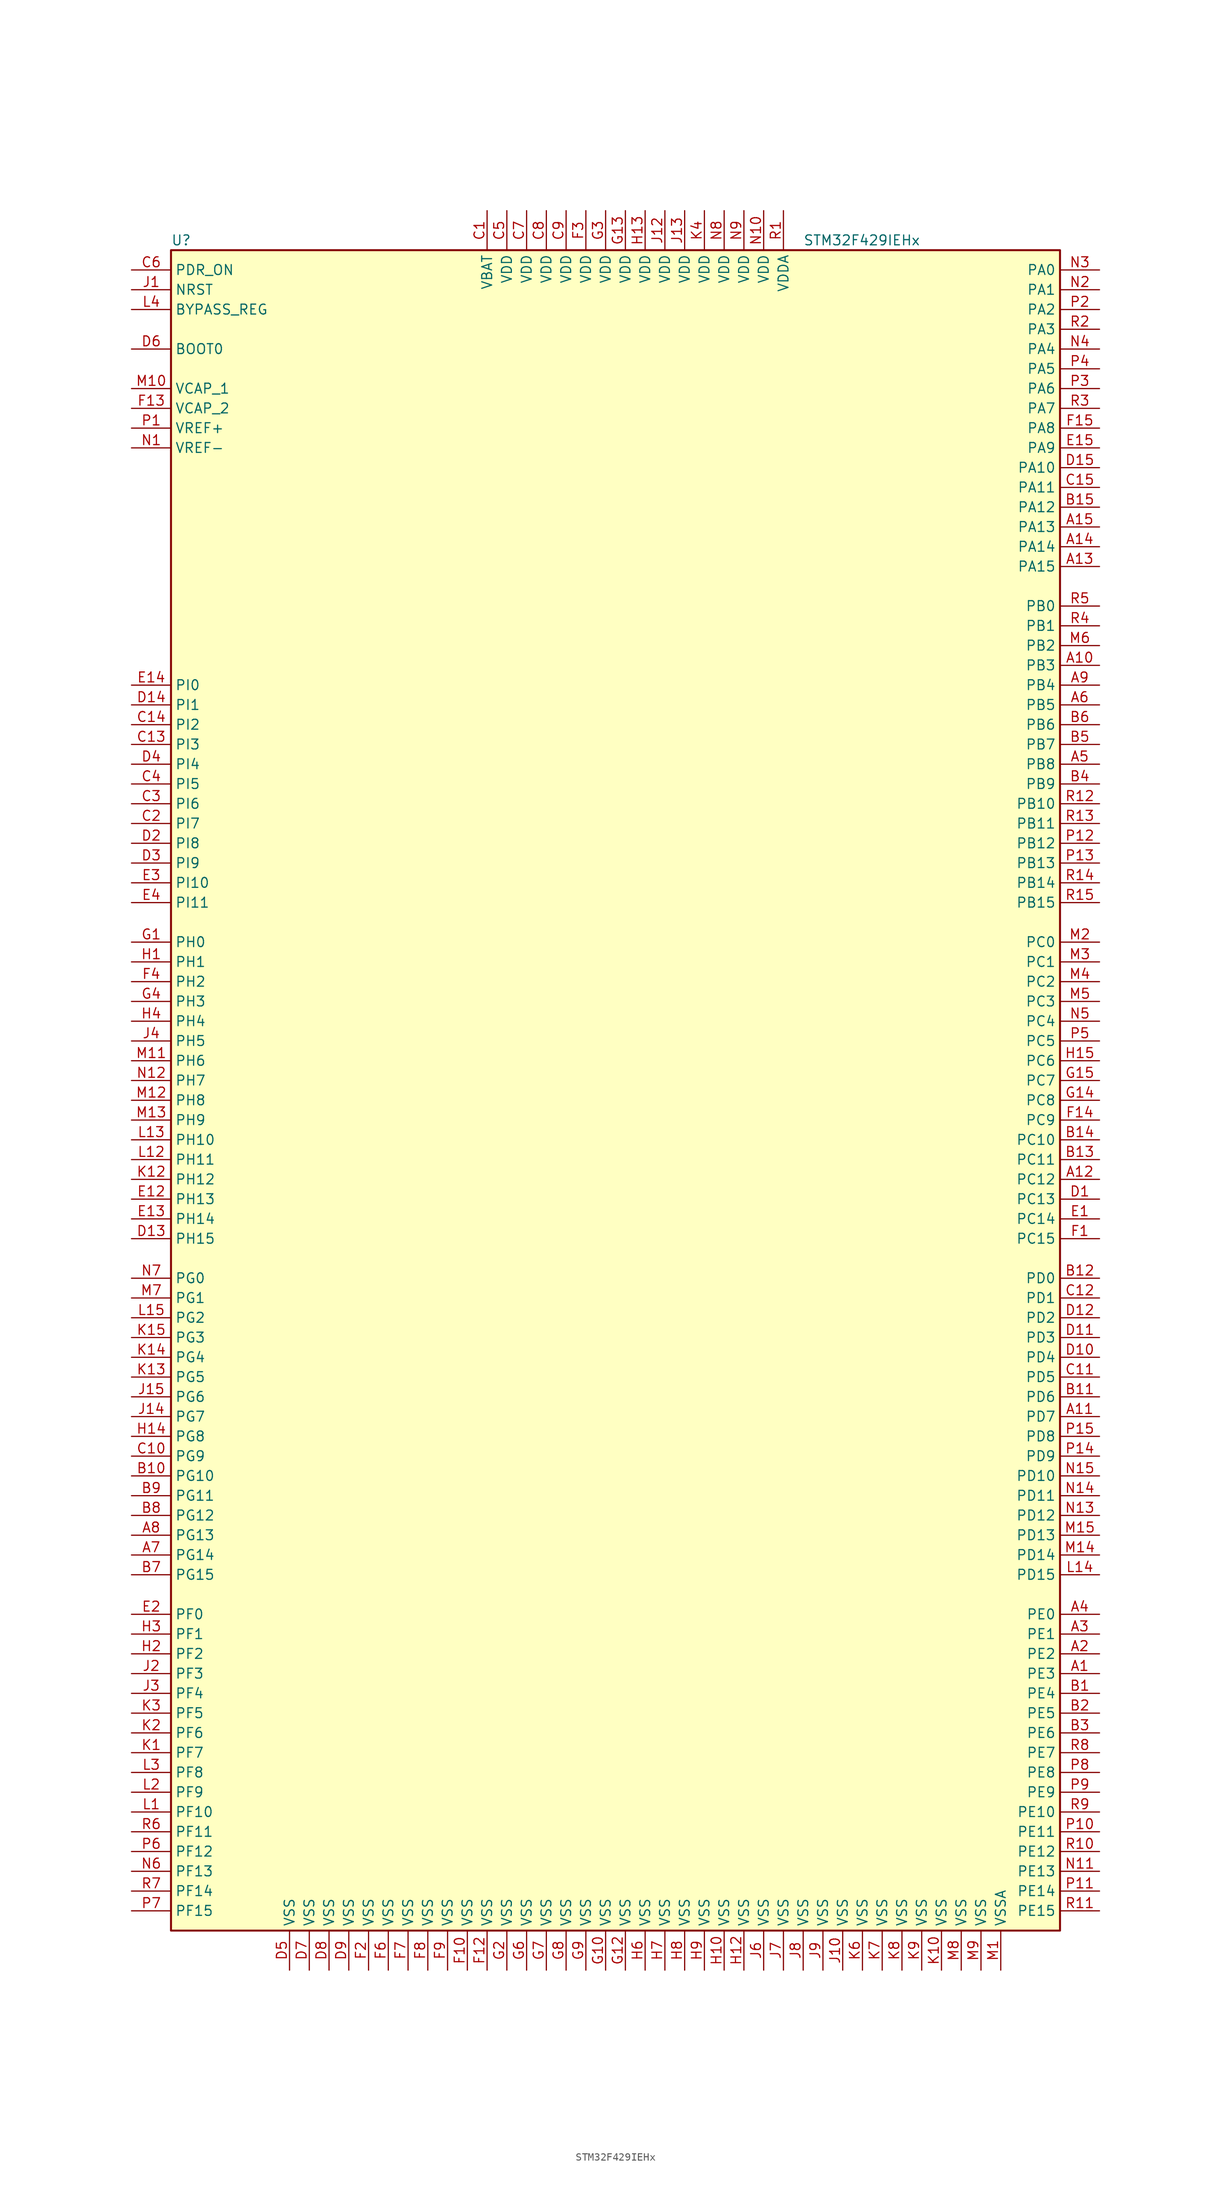
<source format=kicad_sym>
(kicad_symbol_lib
  (version 20220914)
  (generator kicad_symbol_editor)
  (symbol "STM32F429IEHx"
    (property "Reference" "U"
      (at -58.42 107.95 0)
      (effects (font (size 1.27 1.27)) (justify left)))
    (property "Value" "STM32F429IEHx"
      (at 22.86 107.95 0)
      (effects (font (size 1.27 1.27)) (justify left)))
    (symbol "STM32F429IEHx_0_1"
      (rectangle (start -58.42 -109.22) (end 55.88 106.68) (stroke (width 0.254) (type default)) (fill (type background))))
    (symbol "STM32F429IEHx_1_1"
      (pin bidirectional line (at 60.96 -76.2 180) (length 5.08) (name "PE3" (effects (font (size 1.27 1.27)))) (number "A1" (effects (font (size 1.27 1.27)))))
      (pin bidirectional line (at 60.96 53.34 180) (length 5.08) (name "PB3" (effects (font (size 1.27 1.27)))) (number "A10" (effects (font (size 1.27 1.27)))))
      (pin bidirectional line (at 60.96 -43.18 180) (length 5.08) (name "PD7" (effects (font (size 1.27 1.27)))) (number "A11" (effects (font (size 1.27 1.27)))))
      (pin bidirectional line (at 60.96 -12.7 180) (length 5.08) (name "PC12" (effects (font (size 1.27 1.27)))) (number "A12" (effects (font (size 1.27 1.27)))))
      (pin bidirectional line (at 60.96 66.04 180) (length 5.08) (name "PA15" (effects (font (size 1.27 1.27)))) (number "A13" (effects (font (size 1.27 1.27)))))
      (pin bidirectional line (at 60.96 68.58 180) (length 5.08) (name "PA14" (effects (font (size 1.27 1.27)))) (number "A14" (effects (font (size 1.27 1.27)))))
      (pin bidirectional line (at 60.96 71.12 180) (length 5.08) (name "PA13" (effects (font (size 1.27 1.27)))) (number "A15" (effects (font (size 1.27 1.27)))))
      (pin bidirectional line (at 60.96 -73.66 180) (length 5.08) (name "PE2" (effects (font (size 1.27 1.27)))) (number "A2" (effects (font (size 1.27 1.27)))))
      (pin bidirectional line (at 60.96 -71.12 180) (length 5.08) (name "PE1" (effects (font (size 1.27 1.27)))) (number "A3" (effects (font (size 1.27 1.27)))))
      (pin bidirectional line (at 60.96 -68.58 180) (length 5.08) (name "PE0" (effects (font (size 1.27 1.27)))) (number "A4" (effects (font (size 1.27 1.27)))))
      (pin bidirectional line (at 60.96 40.64 180) (length 5.08) (name "PB8" (effects (font (size 1.27 1.27)))) (number "A5" (effects (font (size 1.27 1.27)))))
      (pin bidirectional line (at 60.96 48.26 180) (length 5.08) (name "PB5" (effects (font (size 1.27 1.27)))) (number "A6" (effects (font (size 1.27 1.27)))))
      (pin bidirectional line (at -63.5 -60.96 0) (length 5.08) (name "PG14" (effects (font (size 1.27 1.27)))) (number "A7" (effects (font (size 1.27 1.27)))))
      (pin bidirectional line (at -63.5 -58.42 0) (length 5.08) (name "PG13" (effects (font (size 1.27 1.27)))) (number "A8" (effects (font (size 1.27 1.27)))))
      (pin bidirectional line (at 60.96 50.8 180) (length 5.08) (name "PB4" (effects (font (size 1.27 1.27)))) (number "A9" (effects (font (size 1.27 1.27)))))
      (pin bidirectional line (at 60.96 -78.74 180) (length 5.08) (name "PE4" (effects (font (size 1.27 1.27)))) (number "B1" (effects (font (size 1.27 1.27)))))
      (pin bidirectional line (at -63.5 -50.8 0) (length 5.08) (name "PG10" (effects (font (size 1.27 1.27)))) (number "B10" (effects (font (size 1.27 1.27)))))
      (pin bidirectional line (at 60.96 -40.64 180) (length 5.08) (name "PD6" (effects (font (size 1.27 1.27)))) (number "B11" (effects (font (size 1.27 1.27)))))
      (pin bidirectional line (at 60.96 -25.4 180) (length 5.08) (name "PD0" (effects (font (size 1.27 1.27)))) (number "B12" (effects (font (size 1.27 1.27)))))
      (pin bidirectional line (at 60.96 -10.16 180) (length 5.08) (name "PC11" (effects (font (size 1.27 1.27)))) (number "B13" (effects (font (size 1.27 1.27)))))
      (pin bidirectional line (at 60.96 -7.62 180) (length 5.08) (name "PC10" (effects (font (size 1.27 1.27)))) (number "B14" (effects (font (size 1.27 1.27)))))
      (pin bidirectional line (at 60.96 73.66 180) (length 5.08) (name "PA12" (effects (font (size 1.27 1.27)))) (number "B15" (effects (font (size 1.27 1.27)))))
      (pin bidirectional line (at 60.96 -81.28 180) (length 5.08) (name "PE5" (effects (font (size 1.27 1.27)))) (number "B2" (effects (font (size 1.27 1.27)))))
      (pin bidirectional line (at 60.96 -83.82 180) (length 5.08) (name "PE6" (effects (font (size 1.27 1.27)))) (number "B3" (effects (font (size 1.27 1.27)))))
      (pin bidirectional line (at 60.96 38.1 180) (length 5.08) (name "PB9" (effects (font (size 1.27 1.27)))) (number "B4" (effects (font (size 1.27 1.27)))))
      (pin bidirectional line (at 60.96 43.18 180) (length 5.08) (name "PB7" (effects (font (size 1.27 1.27)))) (number "B5" (effects (font (size 1.27 1.27)))))
      (pin bidirectional line (at 60.96 45.72 180) (length 5.08) (name "PB6" (effects (font (size 1.27 1.27)))) (number "B6" (effects (font (size 1.27 1.27)))))
      (pin bidirectional line (at -63.5 -63.5 0) (length 5.08) (name "PG15" (effects (font (size 1.27 1.27)))) (number "B7" (effects (font (size 1.27 1.27)))))
      (pin bidirectional line (at -63.5 -55.88 0) (length 5.08) (name "PG12" (effects (font (size 1.27 1.27)))) (number "B8" (effects (font (size 1.27 1.27)))))
      (pin bidirectional line (at -63.5 -53.34 0) (length 5.08) (name "PG11" (effects (font (size 1.27 1.27)))) (number "B9" (effects (font (size 1.27 1.27)))))
      (pin power_in line (at -17.78 111.76 270) (length 5.08) (name "VBAT" (effects (font (size 1.27 1.27)))) (number "C1" (effects (font (size 1.27 1.27)))))
      (pin bidirectional line (at -63.5 -48.26 0) (length 5.08) (name "PG9" (effects (font (size 1.27 1.27)))) (number "C10" (effects (font (size 1.27 1.27)))))
      (pin bidirectional line (at 60.96 -38.1 180) (length 5.08) (name "PD5" (effects (font (size 1.27 1.27)))) (number "C11" (effects (font (size 1.27 1.27)))))
      (pin bidirectional line (at 60.96 -27.94 180) (length 5.08) (name "PD1" (effects (font (size 1.27 1.27)))) (number "C12" (effects (font (size 1.27 1.27)))))
      (pin bidirectional line (at -63.5 43.18 0) (length 5.08) (name "PI3" (effects (font (size 1.27 1.27)))) (number "C13" (effects (font (size 1.27 1.27)))))
      (pin bidirectional line (at -63.5 45.72 0) (length 5.08) (name "PI2" (effects (font (size 1.27 1.27)))) (number "C14" (effects (font (size 1.27 1.27)))))
      (pin bidirectional line (at 60.96 76.2 180) (length 5.08) (name "PA11" (effects (font (size 1.27 1.27)))) (number "C15" (effects (font (size 1.27 1.27)))))
      (pin bidirectional line (at -63.5 33.02 0) (length 5.08) (name "PI7" (effects (font (size 1.27 1.27)))) (number "C2" (effects (font (size 1.27 1.27)))))
      (pin bidirectional line (at -63.5 35.56 0) (length 5.08) (name "PI6" (effects (font (size 1.27 1.27)))) (number "C3" (effects (font (size 1.27 1.27)))))
      (pin bidirectional line (at -63.5 38.1 0) (length 5.08) (name "PI5" (effects (font (size 1.27 1.27)))) (number "C4" (effects (font (size 1.27 1.27)))))
      (pin power_in line (at -15.24 111.76 270) (length 5.08) (name "VDD" (effects (font (size 1.27 1.27)))) (number "C5" (effects (font (size 1.27 1.27)))))
      (pin input line (at -63.5 104.14 0) (length 5.08) (name "PDR_ON" (effects (font (size 1.27 1.27)))) (number "C6" (effects (font (size 1.27 1.27)))))
      (pin power_in line (at -12.7 111.76 270) (length 5.08) (name "VDD" (effects (font (size 1.27 1.27)))) (number "C7" (effects (font (size 1.27 1.27)))))
      (pin power_in line (at -10.16 111.76 270) (length 5.08) (name "VDD" (effects (font (size 1.27 1.27)))) (number "C8" (effects (font (size 1.27 1.27)))))
      (pin power_in line (at -7.62 111.76 270) (length 5.08) (name "VDD" (effects (font (size 1.27 1.27)))) (number "C9" (effects (font (size 1.27 1.27)))))
      (pin bidirectional line (at 60.96 -15.24 180) (length 5.08) (name "PC13" (effects (font (size 1.27 1.27)))) (number "D1" (effects (font (size 1.27 1.27)))))
      (pin bidirectional line (at 60.96 -35.56 180) (length 5.08) (name "PD4" (effects (font (size 1.27 1.27)))) (number "D10" (effects (font (size 1.27 1.27)))))
      (pin bidirectional line (at 60.96 -33.02 180) (length 5.08) (name "PD3" (effects (font (size 1.27 1.27)))) (number "D11" (effects (font (size 1.27 1.27)))))
      (pin bidirectional line (at 60.96 -30.48 180) (length 5.08) (name "PD2" (effects (font (size 1.27 1.27)))) (number "D12" (effects (font (size 1.27 1.27)))))
      (pin bidirectional line (at -63.5 -20.32 0) (length 5.08) (name "PH15" (effects (font (size 1.27 1.27)))) (number "D13" (effects (font (size 1.27 1.27)))))
      (pin bidirectional line (at -63.5 48.26 0) (length 5.08) (name "PI1" (effects (font (size 1.27 1.27)))) (number "D14" (effects (font (size 1.27 1.27)))))
      (pin bidirectional line (at 60.96 78.74 180) (length 5.08) (name "PA10" (effects (font (size 1.27 1.27)))) (number "D15" (effects (font (size 1.27 1.27)))))
      (pin bidirectional line (at -63.5 30.48 0) (length 5.08) (name "PI8" (effects (font (size 1.27 1.27)))) (number "D2" (effects (font (size 1.27 1.27)))))
      (pin bidirectional line (at -63.5 27.94 0) (length 5.08) (name "PI9" (effects (font (size 1.27 1.27)))) (number "D3" (effects (font (size 1.27 1.27)))))
      (pin bidirectional line (at -63.5 40.64 0) (length 5.08) (name "PI4" (effects (font (size 1.27 1.27)))) (number "D4" (effects (font (size 1.27 1.27)))))
      (pin power_in line (at -43.18 -114.3 90) (length 5.08) (name "VSS" (effects (font (size 1.27 1.27)))) (number "D5" (effects (font (size 1.27 1.27)))))
      (pin input line (at -63.5 93.98 0) (length 5.08) (name "BOOT0" (effects (font (size 1.27 1.27)))) (number "D6" (effects (font (size 1.27 1.27)))))
      (pin power_in line (at -40.64 -114.3 90) (length 5.08) (name "VSS" (effects (font (size 1.27 1.27)))) (number "D7" (effects (font (size 1.27 1.27)))))
      (pin power_in line (at -38.1 -114.3 90) (length 5.08) (name "VSS" (effects (font (size 1.27 1.27)))) (number "D8" (effects (font (size 1.27 1.27)))))
      (pin power_in line (at -35.56 -114.3 90) (length 5.08) (name "VSS" (effects (font (size 1.27 1.27)))) (number "D9" (effects (font (size 1.27 1.27)))))
      (pin bidirectional line (at 60.96 -17.78 180) (length 5.08) (name "PC14" (effects (font (size 1.27 1.27)))) (number "E1" (effects (font (size 1.27 1.27)))))
      (pin bidirectional line (at -63.5 -15.24 0) (length 5.08) (name "PH13" (effects (font (size 1.27 1.27)))) (number "E12" (effects (font (size 1.27 1.27)))))
      (pin bidirectional line (at -63.5 -17.78 0) (length 5.08) (name "PH14" (effects (font (size 1.27 1.27)))) (number "E13" (effects (font (size 1.27 1.27)))))
      (pin bidirectional line (at -63.5 50.8 0) (length 5.08) (name "PI0" (effects (font (size 1.27 1.27)))) (number "E14" (effects (font (size 1.27 1.27)))))
      (pin bidirectional line (at 60.96 81.28 180) (length 5.08) (name "PA9" (effects (font (size 1.27 1.27)))) (number "E15" (effects (font (size 1.27 1.27)))))
      (pin bidirectional line (at -63.5 -68.58 0) (length 5.08) (name "PF0" (effects (font (size 1.27 1.27)))) (number "E2" (effects (font (size 1.27 1.27)))))
      (pin bidirectional line (at -63.5 25.4 0) (length 5.08) (name "PI10" (effects (font (size 1.27 1.27)))) (number "E3" (effects (font (size 1.27 1.27)))))
      (pin bidirectional line (at -63.5 22.86 0) (length 5.08) (name "PI11" (effects (font (size 1.27 1.27)))) (number "E4" (effects (font (size 1.27 1.27)))))
      (pin bidirectional line (at 60.96 -20.32 180) (length 5.08) (name "PC15" (effects (font (size 1.27 1.27)))) (number "F1" (effects (font (size 1.27 1.27)))))
      (pin power_in line (at -20.32 -114.3 90) (length 5.08) (name "VSS" (effects (font (size 1.27 1.27)))) (number "F10" (effects (font (size 1.27 1.27)))))
      (pin power_in line (at -17.78 -114.3 90) (length 5.08) (name "VSS" (effects (font (size 1.27 1.27)))) (number "F12" (effects (font (size 1.27 1.27)))))
      (pin power_in line (at -63.5 86.36 0) (length 5.08) (name "VCAP_2" (effects (font (size 1.27 1.27)))) (number "F13" (effects (font (size 1.27 1.27)))))
      (pin bidirectional line (at 60.96 -5.08 180) (length 5.08) (name "PC9" (effects (font (size 1.27 1.27)))) (number "F14" (effects (font (size 1.27 1.27)))))
      (pin bidirectional line (at 60.96 83.82 180) (length 5.08) (name "PA8" (effects (font (size 1.27 1.27)))) (number "F15" (effects (font (size 1.27 1.27)))))
      (pin power_in line (at -33.02 -114.3 90) (length 5.08) (name "VSS" (effects (font (size 1.27 1.27)))) (number "F2" (effects (font (size 1.27 1.27)))))
      (pin power_in line (at -5.08 111.76 270) (length 5.08) (name "VDD" (effects (font (size 1.27 1.27)))) (number "F3" (effects (font (size 1.27 1.27)))))
      (pin bidirectional line (at -63.5 12.7 0) (length 5.08) (name "PH2" (effects (font (size 1.27 1.27)))) (number "F4" (effects (font (size 1.27 1.27)))))
      (pin power_in line (at -30.48 -114.3 90) (length 5.08) (name "VSS" (effects (font (size 1.27 1.27)))) (number "F6" (effects (font (size 1.27 1.27)))))
      (pin power_in line (at -27.94 -114.3 90) (length 5.08) (name "VSS" (effects (font (size 1.27 1.27)))) (number "F7" (effects (font (size 1.27 1.27)))))
      (pin power_in line (at -25.4 -114.3 90) (length 5.08) (name "VSS" (effects (font (size 1.27 1.27)))) (number "F8" (effects (font (size 1.27 1.27)))))
      (pin power_in line (at -22.86 -114.3 90) (length 5.08) (name "VSS" (effects (font (size 1.27 1.27)))) (number "F9" (effects (font (size 1.27 1.27)))))
      (pin input line (at -63.5 17.78 0) (length 5.08) (name "PH0" (effects (font (size 1.27 1.27)))) (number "G1" (effects (font (size 1.27 1.27)))))
      (pin power_in line (at -2.54 -114.3 90) (length 5.08) (name "VSS" (effects (font (size 1.27 1.27)))) (number "G10" (effects (font (size 1.27 1.27)))))
      (pin power_in line (at 0 -114.3 90) (length 5.08) (name "VSS" (effects (font (size 1.27 1.27)))) (number "G12" (effects (font (size 1.27 1.27)))))
      (pin power_in line (at 0 111.76 270) (length 5.08) (name "VDD" (effects (font (size 1.27 1.27)))) (number "G13" (effects (font (size 1.27 1.27)))))
      (pin bidirectional line (at 60.96 -2.54 180) (length 5.08) (name "PC8" (effects (font (size 1.27 1.27)))) (number "G14" (effects (font (size 1.27 1.27)))))
      (pin bidirectional line (at 60.96 0 180) (length 5.08) (name "PC7" (effects (font (size 1.27 1.27)))) (number "G15" (effects (font (size 1.27 1.27)))))
      (pin power_in line (at -15.24 -114.3 90) (length 5.08) (name "VSS" (effects (font (size 1.27 1.27)))) (number "G2" (effects (font (size 1.27 1.27)))))
      (pin power_in line (at -2.54 111.76 270) (length 5.08) (name "VDD" (effects (font (size 1.27 1.27)))) (number "G3" (effects (font (size 1.27 1.27)))))
      (pin bidirectional line (at -63.5 10.16 0) (length 5.08) (name "PH3" (effects (font (size 1.27 1.27)))) (number "G4" (effects (font (size 1.27 1.27)))))
      (pin power_in line (at -12.7 -114.3 90) (length 5.08) (name "VSS" (effects (font (size 1.27 1.27)))) (number "G6" (effects (font (size 1.27 1.27)))))
      (pin power_in line (at -10.16 -114.3 90) (length 5.08) (name "VSS" (effects (font (size 1.27 1.27)))) (number "G7" (effects (font (size 1.27 1.27)))))
      (pin power_in line (at -7.62 -114.3 90) (length 5.08) (name "VSS" (effects (font (size 1.27 1.27)))) (number "G8" (effects (font (size 1.27 1.27)))))
      (pin power_in line (at -5.08 -114.3 90) (length 5.08) (name "VSS" (effects (font (size 1.27 1.27)))) (number "G9" (effects (font (size 1.27 1.27)))))
      (pin input line (at -63.5 15.24 0) (length 5.08) (name "PH1" (effects (font (size 1.27 1.27)))) (number "H1" (effects (font (size 1.27 1.27)))))
      (pin power_in line (at 12.7 -114.3 90) (length 5.08) (name "VSS" (effects (font (size 1.27 1.27)))) (number "H10" (effects (font (size 1.27 1.27)))))
      (pin power_in line (at 15.24 -114.3 90) (length 5.08) (name "VSS" (effects (font (size 1.27 1.27)))) (number "H12" (effects (font (size 1.27 1.27)))))
      (pin power_in line (at 2.54 111.76 270) (length 5.08) (name "VDD" (effects (font (size 1.27 1.27)))) (number "H13" (effects (font (size 1.27 1.27)))))
      (pin bidirectional line (at -63.5 -45.72 0) (length 5.08) (name "PG8" (effects (font (size 1.27 1.27)))) (number "H14" (effects (font (size 1.27 1.27)))))
      (pin bidirectional line (at 60.96 2.54 180) (length 5.08) (name "PC6" (effects (font (size 1.27 1.27)))) (number "H15" (effects (font (size 1.27 1.27)))))
      (pin bidirectional line (at -63.5 -73.66 0) (length 5.08) (name "PF2" (effects (font (size 1.27 1.27)))) (number "H2" (effects (font (size 1.27 1.27)))))
      (pin bidirectional line (at -63.5 -71.12 0) (length 5.08) (name "PF1" (effects (font (size 1.27 1.27)))) (number "H3" (effects (font (size 1.27 1.27)))))
      (pin bidirectional line (at -63.5 7.62 0) (length 5.08) (name "PH4" (effects (font (size 1.27 1.27)))) (number "H4" (effects (font (size 1.27 1.27)))))
      (pin power_in line (at 2.54 -114.3 90) (length 5.08) (name "VSS" (effects (font (size 1.27 1.27)))) (number "H6" (effects (font (size 1.27 1.27)))))
      (pin power_in line (at 5.08 -114.3 90) (length 5.08) (name "VSS" (effects (font (size 1.27 1.27)))) (number "H7" (effects (font (size 1.27 1.27)))))
      (pin power_in line (at 7.62 -114.3 90) (length 5.08) (name "VSS" (effects (font (size 1.27 1.27)))) (number "H8" (effects (font (size 1.27 1.27)))))
      (pin power_in line (at 10.16 -114.3 90) (length 5.08) (name "VSS" (effects (font (size 1.27 1.27)))) (number "H9" (effects (font (size 1.27 1.27)))))
      (pin input line (at -63.5 101.6 0) (length 5.08) (name "NRST" (effects (font (size 1.27 1.27)))) (number "J1" (effects (font (size 1.27 1.27)))))
      (pin power_in line (at 27.94 -114.3 90) (length 5.08) (name "VSS" (effects (font (size 1.27 1.27)))) (number "J10" (effects (font (size 1.27 1.27)))))
      (pin power_in line (at 5.08 111.76 270) (length 5.08) (name "VDD" (effects (font (size 1.27 1.27)))) (number "J12" (effects (font (size 1.27 1.27)))))
      (pin power_in line (at 7.62 111.76 270) (length 5.08) (name "VDD" (effects (font (size 1.27 1.27)))) (number "J13" (effects (font (size 1.27 1.27)))))
      (pin bidirectional line (at -63.5 -43.18 0) (length 5.08) (name "PG7" (effects (font (size 1.27 1.27)))) (number "J14" (effects (font (size 1.27 1.27)))))
      (pin bidirectional line (at -63.5 -40.64 0) (length 5.08) (name "PG6" (effects (font (size 1.27 1.27)))) (number "J15" (effects (font (size 1.27 1.27)))))
      (pin bidirectional line (at -63.5 -76.2 0) (length 5.08) (name "PF3" (effects (font (size 1.27 1.27)))) (number "J2" (effects (font (size 1.27 1.27)))))
      (pin bidirectional line (at -63.5 -78.74 0) (length 5.08) (name "PF4" (effects (font (size 1.27 1.27)))) (number "J3" (effects (font (size 1.27 1.27)))))
      (pin bidirectional line (at -63.5 5.08 0) (length 5.08) (name "PH5" (effects (font (size 1.27 1.27)))) (number "J4" (effects (font (size 1.27 1.27)))))
      (pin power_in line (at 17.78 -114.3 90) (length 5.08) (name "VSS" (effects (font (size 1.27 1.27)))) (number "J6" (effects (font (size 1.27 1.27)))))
      (pin power_in line (at 20.32 -114.3 90) (length 5.08) (name "VSS" (effects (font (size 1.27 1.27)))) (number "J7" (effects (font (size 1.27 1.27)))))
      (pin power_in line (at 22.86 -114.3 90) (length 5.08) (name "VSS" (effects (font (size 1.27 1.27)))) (number "J8" (effects (font (size 1.27 1.27)))))
      (pin power_in line (at 25.4 -114.3 90) (length 5.08) (name "VSS" (effects (font (size 1.27 1.27)))) (number "J9" (effects (font (size 1.27 1.27)))))
      (pin bidirectional line (at -63.5 -86.36 0) (length 5.08) (name "PF7" (effects (font (size 1.27 1.27)))) (number "K1" (effects (font (size 1.27 1.27)))))
      (pin power_in line (at 40.64 -114.3 90) (length 5.08) (name "VSS" (effects (font (size 1.27 1.27)))) (number "K10" (effects (font (size 1.27 1.27)))))
      (pin bidirectional line (at -63.5 -12.7 0) (length 5.08) (name "PH12" (effects (font (size 1.27 1.27)))) (number "K12" (effects (font (size 1.27 1.27)))))
      (pin bidirectional line (at -63.5 -38.1 0) (length 5.08) (name "PG5" (effects (font (size 1.27 1.27)))) (number "K13" (effects (font (size 1.27 1.27)))))
      (pin bidirectional line (at -63.5 -35.56 0) (length 5.08) (name "PG4" (effects (font (size 1.27 1.27)))) (number "K14" (effects (font (size 1.27 1.27)))))
      (pin bidirectional line (at -63.5 -33.02 0) (length 5.08) (name "PG3" (effects (font (size 1.27 1.27)))) (number "K15" (effects (font (size 1.27 1.27)))))
      (pin bidirectional line (at -63.5 -83.82 0) (length 5.08) (name "PF6" (effects (font (size 1.27 1.27)))) (number "K2" (effects (font (size 1.27 1.27)))))
      (pin bidirectional line (at -63.5 -81.28 0) (length 5.08) (name "PF5" (effects (font (size 1.27 1.27)))) (number "K3" (effects (font (size 1.27 1.27)))))
      (pin power_in line (at 10.16 111.76 270) (length 5.08) (name "VDD" (effects (font (size 1.27 1.27)))) (number "K4" (effects (font (size 1.27 1.27)))))
      (pin power_in line (at 30.48 -114.3 90) (length 5.08) (name "VSS" (effects (font (size 1.27 1.27)))) (number "K6" (effects (font (size 1.27 1.27)))))
      (pin power_in line (at 33.02 -114.3 90) (length 5.08) (name "VSS" (effects (font (size 1.27 1.27)))) (number "K7" (effects (font (size 1.27 1.27)))))
      (pin power_in line (at 35.56 -114.3 90) (length 5.08) (name "VSS" (effects (font (size 1.27 1.27)))) (number "K8" (effects (font (size 1.27 1.27)))))
      (pin power_in line (at 38.1 -114.3 90) (length 5.08) (name "VSS" (effects (font (size 1.27 1.27)))) (number "K9" (effects (font (size 1.27 1.27)))))
      (pin bidirectional line (at -63.5 -93.98 0) (length 5.08) (name "PF10" (effects (font (size 1.27 1.27)))) (number "L1" (effects (font (size 1.27 1.27)))))
      (pin bidirectional line (at -63.5 -10.16 0) (length 5.08) (name "PH11" (effects (font (size 1.27 1.27)))) (number "L12" (effects (font (size 1.27 1.27)))))
      (pin bidirectional line (at -63.5 -7.62 0) (length 5.08) (name "PH10" (effects (font (size 1.27 1.27)))) (number "L13" (effects (font (size 1.27 1.27)))))
      (pin bidirectional line (at 60.96 -63.5 180) (length 5.08) (name "PD15" (effects (font (size 1.27 1.27)))) (number "L14" (effects (font (size 1.27 1.27)))))
      (pin bidirectional line (at -63.5 -30.48 0) (length 5.08) (name "PG2" (effects (font (size 1.27 1.27)))) (number "L15" (effects (font (size 1.27 1.27)))))
      (pin bidirectional line (at -63.5 -91.44 0) (length 5.08) (name "PF9" (effects (font (size 1.27 1.27)))) (number "L2" (effects (font (size 1.27 1.27)))))
      (pin bidirectional line (at -63.5 -88.9 0) (length 5.08) (name "PF8" (effects (font (size 1.27 1.27)))) (number "L3" (effects (font (size 1.27 1.27)))))
      (pin input line (at -63.5 99.06 0) (length 5.08) (name "BYPASS_REG" (effects (font (size 1.27 1.27)))) (number "L4" (effects (font (size 1.27 1.27)))))
      (pin power_in line (at 48.26 -114.3 90) (length 5.08) (name "VSSA" (effects (font (size 1.27 1.27)))) (number "M1" (effects (font (size 1.27 1.27)))))
      (pin power_in line (at -63.5 88.9 0) (length 5.08) (name "VCAP_1" (effects (font (size 1.27 1.27)))) (number "M10" (effects (font (size 1.27 1.27)))))
      (pin bidirectional line (at -63.5 2.54 0) (length 5.08) (name "PH6" (effects (font (size 1.27 1.27)))) (number "M11" (effects (font (size 1.27 1.27)))))
      (pin bidirectional line (at -63.5 -2.54 0) (length 5.08) (name "PH8" (effects (font (size 1.27 1.27)))) (number "M12" (effects (font (size 1.27 1.27)))))
      (pin bidirectional line (at -63.5 -5.08 0) (length 5.08) (name "PH9" (effects (font (size 1.27 1.27)))) (number "M13" (effects (font (size 1.27 1.27)))))
      (pin bidirectional line (at 60.96 -60.96 180) (length 5.08) (name "PD14" (effects (font (size 1.27 1.27)))) (number "M14" (effects (font (size 1.27 1.27)))))
      (pin bidirectional line (at 60.96 -58.42 180) (length 5.08) (name "PD13" (effects (font (size 1.27 1.27)))) (number "M15" (effects (font (size 1.27 1.27)))))
      (pin bidirectional line (at 60.96 17.78 180) (length 5.08) (name "PC0" (effects (font (size 1.27 1.27)))) (number "M2" (effects (font (size 1.27 1.27)))))
      (pin bidirectional line (at 60.96 15.24 180) (length 5.08) (name "PC1" (effects (font (size 1.27 1.27)))) (number "M3" (effects (font (size 1.27 1.27)))))
      (pin bidirectional line (at 60.96 12.7 180) (length 5.08) (name "PC2" (effects (font (size 1.27 1.27)))) (number "M4" (effects (font (size 1.27 1.27)))))
      (pin bidirectional line (at 60.96 10.16 180) (length 5.08) (name "PC3" (effects (font (size 1.27 1.27)))) (number "M5" (effects (font (size 1.27 1.27)))))
      (pin bidirectional line (at 60.96 55.88 180) (length 5.08) (name "PB2" (effects (font (size 1.27 1.27)))) (number "M6" (effects (font (size 1.27 1.27)))))
      (pin bidirectional line (at -63.5 -27.94 0) (length 5.08) (name "PG1" (effects (font (size 1.27 1.27)))) (number "M7" (effects (font (size 1.27 1.27)))))
      (pin power_in line (at 43.18 -114.3 90) (length 5.08) (name "VSS" (effects (font (size 1.27 1.27)))) (number "M8" (effects (font (size 1.27 1.27)))))
      (pin power_in line (at 45.72 -114.3 90) (length 5.08) (name "VSS" (effects (font (size 1.27 1.27)))) (number "M9" (effects (font (size 1.27 1.27)))))
      (pin power_in line (at -63.5 81.28 0) (length 5.08) (name "VREF-" (effects (font (size 1.27 1.27)))) (number "N1" (effects (font (size 1.27 1.27)))))
      (pin power_in line (at 17.78 111.76 270) (length 5.08) (name "VDD" (effects (font (size 1.27 1.27)))) (number "N10" (effects (font (size 1.27 1.27)))))
      (pin bidirectional line (at 60.96 -101.6 180) (length 5.08) (name "PE13" (effects (font (size 1.27 1.27)))) (number "N11" (effects (font (size 1.27 1.27)))))
      (pin bidirectional line (at -63.5 0 0) (length 5.08) (name "PH7" (effects (font (size 1.27 1.27)))) (number "N12" (effects (font (size 1.27 1.27)))))
      (pin bidirectional line (at 60.96 -55.88 180) (length 5.08) (name "PD12" (effects (font (size 1.27 1.27)))) (number "N13" (effects (font (size 1.27 1.27)))))
      (pin bidirectional line (at 60.96 -53.34 180) (length 5.08) (name "PD11" (effects (font (size 1.27 1.27)))) (number "N14" (effects (font (size 1.27 1.27)))))
      (pin bidirectional line (at 60.96 -50.8 180) (length 5.08) (name "PD10" (effects (font (size 1.27 1.27)))) (number "N15" (effects (font (size 1.27 1.27)))))
      (pin bidirectional line (at 60.96 101.6 180) (length 5.08) (name "PA1" (effects (font (size 1.27 1.27)))) (number "N2" (effects (font (size 1.27 1.27)))))
      (pin bidirectional line (at 60.96 104.14 180) (length 5.08) (name "PA0" (effects (font (size 1.27 1.27)))) (number "N3" (effects (font (size 1.27 1.27)))))
      (pin bidirectional line (at 60.96 93.98 180) (length 5.08) (name "PA4" (effects (font (size 1.27 1.27)))) (number "N4" (effects (font (size 1.27 1.27)))))
      (pin bidirectional line (at 60.96 7.62 180) (length 5.08) (name "PC4" (effects (font (size 1.27 1.27)))) (number "N5" (effects (font (size 1.27 1.27)))))
      (pin bidirectional line (at -63.5 -101.6 0) (length 5.08) (name "PF13" (effects (font (size 1.27 1.27)))) (number "N6" (effects (font (size 1.27 1.27)))))
      (pin bidirectional line (at -63.5 -25.4 0) (length 5.08) (name "PG0" (effects (font (size 1.27 1.27)))) (number "N7" (effects (font (size 1.27 1.27)))))
      (pin power_in line (at 12.7 111.76 270) (length 5.08) (name "VDD" (effects (font (size 1.27 1.27)))) (number "N8" (effects (font (size 1.27 1.27)))))
      (pin power_in line (at 15.24 111.76 270) (length 5.08) (name "VDD" (effects (font (size 1.27 1.27)))) (number "N9" (effects (font (size 1.27 1.27)))))
      (pin power_in line (at -63.5 83.82 0) (length 5.08) (name "VREF+" (effects (font (size 1.27 1.27)))) (number "P1" (effects (font (size 1.27 1.27)))))
      (pin bidirectional line (at 60.96 -96.52 180) (length 5.08) (name "PE11" (effects (font (size 1.27 1.27)))) (number "P10" (effects (font (size 1.27 1.27)))))
      (pin bidirectional line (at 60.96 -104.14 180) (length 5.08) (name "PE14" (effects (font (size 1.27 1.27)))) (number "P11" (effects (font (size 1.27 1.27)))))
      (pin bidirectional line (at 60.96 30.48 180) (length 5.08) (name "PB12" (effects (font (size 1.27 1.27)))) (number "P12" (effects (font (size 1.27 1.27)))))
      (pin bidirectional line (at 60.96 27.94 180) (length 5.08) (name "PB13" (effects (font (size 1.27 1.27)))) (number "P13" (effects (font (size 1.27 1.27)))))
      (pin bidirectional line (at 60.96 -48.26 180) (length 5.08) (name "PD9" (effects (font (size 1.27 1.27)))) (number "P14" (effects (font (size 1.27 1.27)))))
      (pin bidirectional line (at 60.96 -45.72 180) (length 5.08) (name "PD8" (effects (font (size 1.27 1.27)))) (number "P15" (effects (font (size 1.27 1.27)))))
      (pin bidirectional line (at 60.96 99.06 180) (length 5.08) (name "PA2" (effects (font (size 1.27 1.27)))) (number "P2" (effects (font (size 1.27 1.27)))))
      (pin bidirectional line (at 60.96 88.9 180) (length 5.08) (name "PA6" (effects (font (size 1.27 1.27)))) (number "P3" (effects (font (size 1.27 1.27)))))
      (pin bidirectional line (at 60.96 91.44 180) (length 5.08) (name "PA5" (effects (font (size 1.27 1.27)))) (number "P4" (effects (font (size 1.27 1.27)))))
      (pin bidirectional line (at 60.96 5.08 180) (length 5.08) (name "PC5" (effects (font (size 1.27 1.27)))) (number "P5" (effects (font (size 1.27 1.27)))))
      (pin bidirectional line (at -63.5 -99.06 0) (length 5.08) (name "PF12" (effects (font (size 1.27 1.27)))) (number "P6" (effects (font (size 1.27 1.27)))))
      (pin bidirectional line (at -63.5 -106.68 0) (length 5.08) (name "PF15" (effects (font (size 1.27 1.27)))) (number "P7" (effects (font (size 1.27 1.27)))))
      (pin bidirectional line (at 60.96 -88.9 180) (length 5.08) (name "PE8" (effects (font (size 1.27 1.27)))) (number "P8" (effects (font (size 1.27 1.27)))))
      (pin bidirectional line (at 60.96 -91.44 180) (length 5.08) (name "PE9" (effects (font (size 1.27 1.27)))) (number "P9" (effects (font (size 1.27 1.27)))))
      (pin power_in line (at 20.32 111.76 270) (length 5.08) (name "VDDA" (effects (font (size 1.27 1.27)))) (number "R1" (effects (font (size 1.27 1.27)))))
      (pin bidirectional line (at 60.96 -99.06 180) (length 5.08) (name "PE12" (effects (font (size 1.27 1.27)))) (number "R10" (effects (font (size 1.27 1.27)))))
      (pin bidirectional line (at 60.96 -106.68 180) (length 5.08) (name "PE15" (effects (font (size 1.27 1.27)))) (number "R11" (effects (font (size 1.27 1.27)))))
      (pin bidirectional line (at 60.96 35.56 180) (length 5.08) (name "PB10" (effects (font (size 1.27 1.27)))) (number "R12" (effects (font (size 1.27 1.27)))))
      (pin bidirectional line (at 60.96 33.02 180) (length 5.08) (name "PB11" (effects (font (size 1.27 1.27)))) (number "R13" (effects (font (size 1.27 1.27)))))
      (pin bidirectional line (at 60.96 25.4 180) (length 5.08) (name "PB14" (effects (font (size 1.27 1.27)))) (number "R14" (effects (font (size 1.27 1.27)))))
      (pin bidirectional line (at 60.96 22.86 180) (length 5.08) (name "PB15" (effects (font (size 1.27 1.27)))) (number "R15" (effects (font (size 1.27 1.27)))))
      (pin bidirectional line (at 60.96 96.52 180) (length 5.08) (name "PA3" (effects (font (size 1.27 1.27)))) (number "R2" (effects (font (size 1.27 1.27)))))
      (pin bidirectional line (at 60.96 86.36 180) (length 5.08) (name "PA7" (effects (font (size 1.27 1.27)))) (number "R3" (effects (font (size 1.27 1.27)))))
      (pin bidirectional line (at 60.96 58.42 180) (length 5.08) (name "PB1" (effects (font (size 1.27 1.27)))) (number "R4" (effects (font (size 1.27 1.27)))))
      (pin bidirectional line (at 60.96 60.96 180) (length 5.08) (name "PB0" (effects (font (size 1.27 1.27)))) (number "R5" (effects (font (size 1.27 1.27)))))
      (pin bidirectional line (at -63.5 -96.52 0) (length 5.08) (name "PF11" (effects (font (size 1.27 1.27)))) (number "R6" (effects (font (size 1.27 1.27)))))
      (pin bidirectional line (at -63.5 -104.14 0) (length 5.08) (name "PF14" (effects (font (size 1.27 1.27)))) (number "R7" (effects (font (size 1.27 1.27)))))
      (pin bidirectional line (at 60.96 -86.36 180) (length 5.08) (name "PE7" (effects (font (size 1.27 1.27)))) (number "R8" (effects (font (size 1.27 1.27)))))
      (pin bidirectional line (at 60.96 -93.98 180) (length 5.08) (name "PE10" (effects (font (size 1.27 1.27)))) (number "R9" (effects (font (size 1.27 1.27))))))))
</source>
